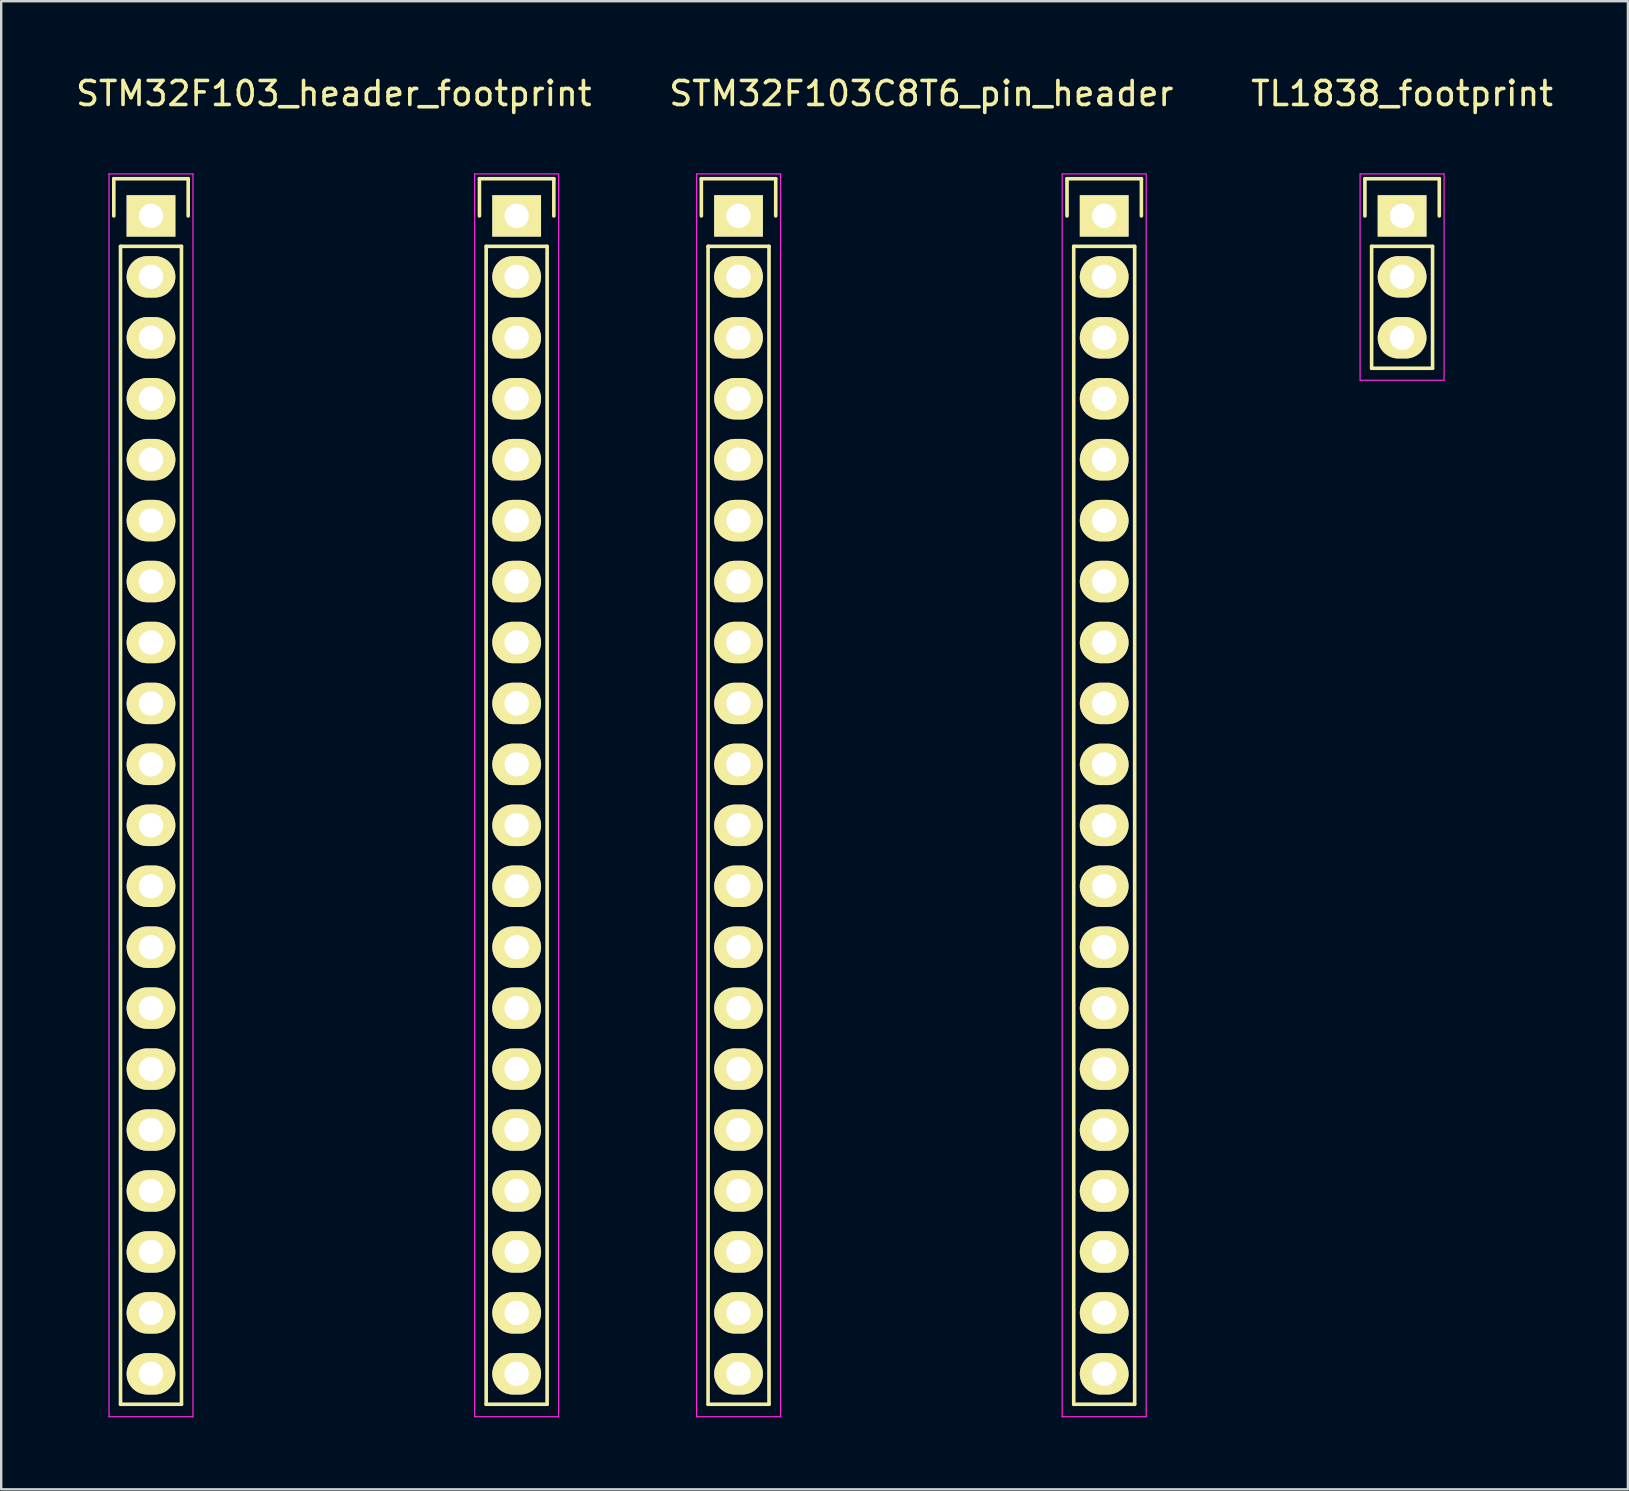
<source format=kicad_pcb>
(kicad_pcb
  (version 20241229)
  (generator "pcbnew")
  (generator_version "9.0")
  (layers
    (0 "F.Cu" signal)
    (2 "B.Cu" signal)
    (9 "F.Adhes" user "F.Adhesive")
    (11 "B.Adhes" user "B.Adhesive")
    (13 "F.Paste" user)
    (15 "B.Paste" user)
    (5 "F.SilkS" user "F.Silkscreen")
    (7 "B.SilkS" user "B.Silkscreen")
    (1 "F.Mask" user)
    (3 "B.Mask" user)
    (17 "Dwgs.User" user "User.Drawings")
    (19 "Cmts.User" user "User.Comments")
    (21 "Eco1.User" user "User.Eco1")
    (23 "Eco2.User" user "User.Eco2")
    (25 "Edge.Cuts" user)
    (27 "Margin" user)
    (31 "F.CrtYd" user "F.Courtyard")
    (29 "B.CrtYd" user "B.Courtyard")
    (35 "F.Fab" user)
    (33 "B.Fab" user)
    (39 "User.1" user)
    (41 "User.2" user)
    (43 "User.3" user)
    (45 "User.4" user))
  (footprint "STM32F103_header_footprint"
    (layer "F.Cu")
    (at 3.243 5.948)
    (property "Reference" "STM32F103_header_footprint" (at 7.62 -5.1 0) (layer "F.SilkS") (effects (font (size 1 1) (thickness 0.15))))
    (attr through_hole)
    (fp_line (start -1.55 -1.55) (end 1.55 -1.55) (stroke (width 0.15) (type solid)) (layer "F.SilkS"))
    (fp_line (start -1.55 0) (end -1.55 -1.55) (stroke (width 0.15) (type solid)) (layer "F.SilkS"))
    (fp_line (start -1.27 49.53) (end -1.27 1.27) (stroke (width 0.15) (type solid)) (layer "F.SilkS"))
    (fp_line (start 1.27 1.27) (end -1.27 1.27) (stroke (width 0.15) (type solid)) (layer "F.SilkS"))
    (fp_line (start 1.27 1.27) (end 1.27 49.53) (stroke (width 0.15) (type solid)) (layer "F.SilkS"))
    (fp_line (start 1.27 49.53) (end -1.27 49.53) (stroke (width 0.15) (type solid)) (layer "F.SilkS"))
    (fp_line (start 1.55 -1.55) (end 1.55 0) (stroke (width 0.15) (type solid)) (layer "F.SilkS"))
    (fp_line (start 13.69 -1.55) (end 16.79 -1.55) (stroke (width 0.15) (type solid)) (layer "F.SilkS"))
    (fp_line (start 13.69 0) (end 13.69 -1.55) (stroke (width 0.15) (type solid)) (layer "F.SilkS"))
    (fp_line (start 13.97 49.53) (end 13.97 1.27) (stroke (width 0.15) (type solid)) (layer "F.SilkS"))
    (fp_line (start 16.51 1.27) (end 13.97 1.27) (stroke (width 0.15) (type solid)) (layer "F.SilkS"))
    (fp_line (start 16.51 1.27) (end 16.51 49.53) (stroke (width 0.15) (type solid)) (layer "F.SilkS"))
    (fp_line (start 16.51 49.53) (end 13.97 49.53) (stroke (width 0.15) (type solid)) (layer "F.SilkS"))
    (fp_line (start 16.79 -1.55) (end 16.79 0) (stroke (width 0.15) (type solid)) (layer "F.SilkS"))
    (fp_line (start -1.75 -1.75) (end -1.75 50.05) (stroke (width 0.05) (type solid)) (layer "F.CrtYd"))
    (fp_line (start -1.75 -1.75) (end 1.75 -1.75) (stroke (width 0.05) (type solid)) (layer "F.CrtYd"))
    (fp_line (start -1.75 50.05) (end 1.75 50.05) (stroke (width 0.05) (type solid)) (layer "F.CrtYd"))
    (fp_line (start 1.75 -1.75) (end 1.75 50.05) (stroke (width 0.05) (type solid)) (layer "F.CrtYd"))
    (fp_line (start 13.49 -1.75) (end 13.49 50.05) (stroke (width 0.05) (type solid)) (layer "F.CrtYd"))
    (fp_line (start 13.49 -1.75) (end 16.99 -1.75) (stroke (width 0.05) (type solid)) (layer "F.CrtYd"))
    (fp_line (start 13.49 50.05) (end 16.99 50.05) (stroke (width 0.05) (type solid)) (layer "F.CrtYd"))
    (fp_line (start 16.99 -1.75) (end 16.99 50.05) (stroke (width 0.05) (type solid)) (layer "F.CrtYd"))
    (pad "+3.3" thru_hole oval (at 0 48.26) (size 2.032 1.727) (drill 1.016) (layers "*.Cu" "*.Mask" "F.SilkS"))
    (pad "+3.3" thru_hole oval (at 15.24 5.08) (size 2.032 1.727) (drill 1.016) (layers "*.Cu" "*.Mask" "F.SilkS"))
    (pad "1" thru_hole rect (at 0 0) (size 2.032 1.727) (drill 1.016) (layers "*.Cu" "*.Mask" "F.SilkS"))
    (pad "2" thru_hole oval (at 0 2.54) (size 2.032 1.727) (drill 1.016) (layers "*.Cu" "*.Mask" "F.SilkS"))
    (pad "3" thru_hole oval (at 0 5.08) (size 2.032 1.727) (drill 1.016) (layers "*.Cu" "*.Mask" "F.SilkS"))
    (pad "4" thru_hole oval (at 0 7.62) (size 2.032 1.727) (drill 1.016) (layers "*.Cu" "*.Mask" "F.SilkS"))
    (pad "5" thru_hole oval (at 0 10.16) (size 2.032 1.727) (drill 1.016) (layers "*.Cu" "*.Mask" "F.SilkS"))
    (pad "6" thru_hole oval (at 0 12.7) (size 2.032 1.727) (drill 1.016) (layers "*.Cu" "*.Mask" "F.SilkS"))
    (pad "7" thru_hole oval (at 0 15.24) (size 2.032 1.727) (drill 1.016) (layers "*.Cu" "*.Mask" "F.SilkS"))
    (pad "8" thru_hole oval (at 0 17.78) (size 2.032 1.727) (drill 1.016) (layers "*.Cu" "*.Mask" "F.SilkS"))
    (pad "9" thru_hole oval (at 0 20.32) (size 2.032 1.727) (drill 1.016) (layers "*.Cu" "*.Mask" "F.SilkS"))
    (pad "10" thru_hole oval (at 0 22.86) (size 2.032 1.727) (drill 1.016) (layers "*.Cu" "*.Mask" "F.SilkS"))
    (pad "11" thru_hole oval (at 0 25.4) (size 2.032 1.727) (drill 1.016) (layers "*.Cu" "*.Mask" "F.SilkS"))
    (pad "12" thru_hole oval (at 0 27.94) (size 2.032 1.727) (drill 1.016) (layers "*.Cu" "*.Mask" "F.SilkS"))
    (pad "13" thru_hole oval (at 0 30.48) (size 2.032 1.727) (drill 1.016) (layers "*.Cu" "*.Mask" "F.SilkS"))
    (pad "14" thru_hole oval (at 0 33.02) (size 2.032 1.727) (drill 1.016) (layers "*.Cu" "*.Mask" "F.SilkS"))
    (pad "15" thru_hole oval (at 0 35.56) (size 2.032 1.727) (drill 1.016) (layers "*.Cu" "*.Mask" "F.SilkS"))
    (pad "16" thru_hole oval (at 0 38.1) (size 2.032 1.727) (drill 1.016) (layers "*.Cu" "*.Mask" "F.SilkS"))
    (pad "17" thru_hole oval (at 0 40.64) (size 2.032 1.727) (drill 1.016) (layers "*.Cu" "*.Mask" "F.SilkS"))
    (pad "18" thru_hole oval (at 0 43.18) (size 2.032 1.727) (drill 1.016) (layers "*.Cu" "*.Mask" "F.SilkS"))
    (pad "24" thru_hole oval (at 15.24 7.62) (size 2.032 1.727) (drill 1.016) (layers "*.Cu" "*.Mask" "F.SilkS"))
    (pad "25" thru_hole oval (at 15.24 10.16) (size 2.032 1.727) (drill 1.016) (layers "*.Cu" "*.Mask" "F.SilkS"))
    (pad "26" thru_hole oval (at 15.24 12.7) (size 2.032 1.727) (drill 1.016) (layers "*.Cu" "*.Mask" "F.SilkS"))
    (pad "27" thru_hole oval (at 15.24 15.24) (size 2.032 1.727) (drill 1.016) (layers "*.Cu" "*.Mask" "F.SilkS"))
    (pad "28" thru_hole oval (at 15.24 17.78) (size 2.032 1.727) (drill 1.016) (layers "*.Cu" "*.Mask" "F.SilkS"))
    (pad "29" thru_hole oval (at 15.24 20.32) (size 2.032 1.727) (drill 1.016) (layers "*.Cu" "*.Mask" "F.SilkS"))
    (pad "30" thru_hole oval (at 15.24 22.86) (size 2.032 1.727) (drill 1.016) (layers "*.Cu" "*.Mask" "F.SilkS"))
    (pad "31" thru_hole oval (at 15.24 25.4) (size 2.032 1.727) (drill 1.016) (layers "*.Cu" "*.Mask" "F.SilkS"))
    (pad "32" thru_hole oval (at 15.24 27.94) (size 2.032 1.727) (drill 1.016) (layers "*.Cu" "*.Mask" "F.SilkS"))
    (pad "33" thru_hole oval (at 15.24 30.48) (size 2.032 1.727) (drill 1.016) (layers "*.Cu" "*.Mask" "F.SilkS"))
    (pad "34" thru_hole oval (at 15.24 33.02) (size 2.032 1.727) (drill 1.016) (layers "*.Cu" "*.Mask" "F.SilkS"))
    (pad "35" thru_hole oval (at 15.24 35.56) (size 2.032 1.727) (drill 1.016) (layers "*.Cu" "*.Mask" "F.SilkS"))
    (pad "36" thru_hole oval (at 15.24 38.1) (size 2.032 1.727) (drill 1.016) (layers "*.Cu" "*.Mask" "F.SilkS"))
    (pad "37" thru_hole oval (at 15.24 40.64) (size 2.032 1.727) (drill 1.016) (layers "*.Cu" "*.Mask" "F.SilkS"))
    (pad "38" thru_hole oval (at 15.24 43.18) (size 2.032 1.727) (drill 1.016) (layers "*.Cu" "*.Mask" "F.SilkS"))
    (pad "39" thru_hole oval (at 15.24 45.72) (size 2.032 1.727) (drill 1.016) (layers "*.Cu" "*.Mask" "F.SilkS"))
    (pad "40" thru_hole oval (at 15.24 48.26) (size 2.032 1.727) (drill 1.016) (layers "*.Cu" "*.Mask" "F.SilkS"))
    (pad "GND" thru_hole oval (at 0 45.72) (size 2.032 1.727) (drill 1.016) (layers "*.Cu" "*.Mask" "F.SilkS"))
    (pad "GND" thru_hole rect (at 15.24 0) (size 2.032 1.727) (drill 1.016) (layers "*.Cu" "*.Mask" "F.SilkS"))
    (pad "GND" thru_hole oval (at 15.24 2.54) (size 2.032 1.727) (drill 1.016) (layers "*.Cu" "*.Mask" "F.SilkS")))
  (footprint "STM32F103C8T6_pin_header"
    (layer "F.Cu")
    (at 27.731 5.948)
    (property "Reference" "STM32F103C8T6_pin_header" (at 7.62 -5.1 0) (layer "F.SilkS") (effects (font (size 1 1) (thickness 0.15))))
    (attr through_hole)
    (fp_line (start -1.55 -1.55) (end 1.55 -1.55) (stroke (width 0.15) (type solid)) (layer "F.SilkS"))
    (fp_line (start -1.55 0) (end -1.55 -1.55) (stroke (width 0.15) (type solid)) (layer "F.SilkS"))
    (fp_line (start -1.27 49.53) (end -1.27 1.27) (stroke (width 0.15) (type solid)) (layer "F.SilkS"))
    (fp_line (start 1.27 1.27) (end -1.27 1.27) (stroke (width 0.15) (type solid)) (layer "F.SilkS"))
    (fp_line (start 1.27 1.27) (end 1.27 49.53) (stroke (width 0.15) (type solid)) (layer "F.SilkS"))
    (fp_line (start 1.27 49.53) (end -1.27 49.53) (stroke (width 0.15) (type solid)) (layer "F.SilkS"))
    (fp_line (start 1.55 -1.55) (end 1.55 0) (stroke (width 0.15) (type solid)) (layer "F.SilkS"))
    (fp_line (start 13.69 -1.55) (end 16.79 -1.55) (stroke (width 0.15) (type solid)) (layer "F.SilkS"))
    (fp_line (start 13.69 0) (end 13.69 -1.55) (stroke (width 0.15) (type solid)) (layer "F.SilkS"))
    (fp_line (start 13.97 49.53) (end 13.97 1.27) (stroke (width 0.15) (type solid)) (layer "F.SilkS"))
    (fp_line (start 16.51 1.27) (end 13.97 1.27) (stroke (width 0.15) (type solid)) (layer "F.SilkS"))
    (fp_line (start 16.51 1.27) (end 16.51 49.53) (stroke (width 0.15) (type solid)) (layer "F.SilkS"))
    (fp_line (start 16.51 49.53) (end 13.97 49.53) (stroke (width 0.15) (type solid)) (layer "F.SilkS"))
    (fp_line (start 16.79 -1.55) (end 16.79 0) (stroke (width 0.15) (type solid)) (layer "F.SilkS"))
    (fp_line (start -1.75 -1.75) (end -1.75 50.05) (stroke (width 0.05) (type solid)) (layer "F.CrtYd"))
    (fp_line (start -1.75 -1.75) (end 1.75 -1.75) (stroke (width 0.05) (type solid)) (layer "F.CrtYd"))
    (fp_line (start -1.75 50.05) (end 1.75 50.05) (stroke (width 0.05) (type solid)) (layer "F.CrtYd"))
    (fp_line (start 1.75 -1.75) (end 1.75 50.05) (stroke (width 0.05) (type solid)) (layer "F.CrtYd"))
    (fp_line (start 13.49 -1.75) (end 13.49 50.05) (stroke (width 0.05) (type solid)) (layer "F.CrtYd"))
    (fp_line (start 13.49 -1.75) (end 16.99 -1.75) (stroke (width 0.05) (type solid)) (layer "F.CrtYd"))
    (fp_line (start 13.49 50.05) (end 16.99 50.05) (stroke (width 0.05) (type solid)) (layer "F.CrtYd"))
    (fp_line (start 16.99 -1.75) (end 16.99 50.05) (stroke (width 0.05) (type solid)) (layer "F.CrtYd"))
    (pad "3.3" thru_hole oval (at 0 48.26) (size 2.032 1.727) (drill 1.016) (layers "*.Cu" "*.Mask" "F.SilkS"))
    (pad "3.3" thru_hole oval (at 15.24 5.08) (size 2.032 1.727) (drill 1.016) (layers "*.Cu" "*.Mask" "F.SilkS"))
    (pad "5V" thru_hole oval (at 0 43.18) (size 2.032 1.727) (drill 1.016) (layers "*.Cu" "*.Mask" "F.SilkS"))
    (pad "A0" thru_hole oval (at 15.24 38.1) (size 2.032 1.727) (drill 1.016) (layers "*.Cu" "*.Mask" "F.SilkS"))
    (pad "A1" thru_hole oval (at 15.24 35.56) (size 2.032 1.727) (drill 1.016) (layers "*.Cu" "*.Mask" "F.SilkS"))
    (pad "A2" thru_hole oval (at 15.24 33.02) (size 2.032 1.727) (drill 1.016) (layers "*.Cu" "*.Mask" "F.SilkS"))
    (pad "A3" thru_hole oval (at 15.24 30.48) (size 2.032 1.727) (drill 1.016) (layers "*.Cu" "*.Mask" "F.SilkS"))
    (pad "A4" thru_hole oval (at 15.24 27.94) (size 2.032 1.727) (drill 1.016) (layers "*.Cu" "*.Mask" "F.SilkS"))
    (pad "A5" thru_hole oval (at 15.24 25.4) (size 2.032 1.727) (drill 1.016) (layers "*.Cu" "*.Mask" "F.SilkS"))
    (pad "A6" thru_hole oval (at 15.24 22.86) (size 2.032 1.727) (drill 1.016) (layers "*.Cu" "*.Mask" "F.SilkS"))
    (pad "A7" thru_hole oval (at 15.24 20.32) (size 2.032 1.727) (drill 1.016) (layers "*.Cu" "*.Mask" "F.SilkS"))
    (pad "A8" thru_hole oval (at 0 10.16) (size 2.032 1.727) (drill 1.016) (layers "*.Cu" "*.Mask" "F.SilkS"))
    (pad "A9" thru_hole oval (at 0 12.7) (size 2.032 1.727) (drill 1.016) (layers "*.Cu" "*.Mask" "F.SilkS"))
    (pad "A10" thru_hole oval (at 0 15.24) (size 2.032 1.727) (drill 1.016) (layers "*.Cu" "*.Mask" "F.SilkS"))
    (pad "A11" thru_hole oval (at 0 17.78) (size 2.032 1.727) (drill 1.016) (layers "*.Cu" "*.Mask" "F.SilkS"))
    (pad "A12" thru_hole oval (at 0 20.32) (size 2.032 1.727) (drill 1.016) (layers "*.Cu" "*.Mask" "F.SilkS"))
    (pad "A15" thru_hole oval (at 0 22.86) (size 2.032 1.727) (drill 1.016) (layers "*.Cu" "*.Mask" "F.SilkS"))
    (pad "B0" thru_hole oval (at 15.24 17.78) (size 2.032 1.727) (drill 1.016) (layers "*.Cu" "*.Mask" "F.SilkS"))
    (pad "B1" thru_hole oval (at 15.24 15.24) (size 2.032 1.727) (drill 1.016) (layers "*.Cu" "*.Mask" "F.SilkS"))
    (pad "B3" thru_hole oval (at 0 25.4) (size 2.032 1.727) (drill 1.016) (layers "*.Cu" "*.Mask" "F.SilkS"))
    (pad "B4" thru_hole oval (at 0 27.94) (size 2.032 1.727) (drill 1.016) (layers "*.Cu" "*.Mask" "F.SilkS"))
    (pad "B5" thru_hole oval (at 0 30.48) (size 2.032 1.727) (drill 1.016) (layers "*.Cu" "*.Mask" "F.SilkS"))
    (pad "B6" thru_hole oval (at 0 33.02) (size 2.032 1.727) (drill 1.016) (layers "*.Cu" "*.Mask" "F.SilkS"))
    (pad "B7" thru_hole oval (at 0 35.56) (size 2.032 1.727) (drill 1.016) (layers "*.Cu" "*.Mask" "F.SilkS"))
    (pad "B8" thru_hole oval (at 0 38.1) (size 2.032 1.727) (drill 1.016) (layers "*.Cu" "*.Mask" "F.SilkS"))
    (pad "B9" thru_hole oval (at 0 40.64) (size 2.032 1.727) (drill 1.016) (layers "*.Cu" "*.Mask" "F.SilkS"))
    (pad "B10" thru_hole oval (at 15.24 12.7) (size 2.032 1.727) (drill 1.016) (layers "*.Cu" "*.Mask" "F.SilkS"))
    (pad "B11" thru_hole oval (at 15.24 10.16) (size 2.032 1.727) (drill 1.016) (layers "*.Cu" "*.Mask" "F.SilkS"))
    (pad "B12" thru_hole rect (at 0 0) (size 2.032 1.727) (drill 1.016) (layers "*.Cu" "*.Mask" "F.SilkS"))
    (pad "B13" thru_hole oval (at 0 2.54) (size 2.032 1.727) (drill 1.016) (layers "*.Cu" "*.Mask" "F.SilkS"))
    (pad "B14" thru_hole oval (at 0 5.08) (size 2.032 1.727) (drill 1.016) (layers "*.Cu" "*.Mask" "F.SilkS"))
    (pad "B15" thru_hole oval (at 0 7.62) (size 2.032 1.727) (drill 1.016) (layers "*.Cu" "*.Mask" "F.SilkS"))
    (pad "C13" thru_hole oval (at 15.24 45.72) (size 2.032 1.727) (drill 1.016) (layers "*.Cu" "*.Mask" "F.SilkS"))
    (pad "C14" thru_hole oval (at 15.24 43.18) (size 2.032 1.727) (drill 1.016) (layers "*.Cu" "*.Mask" "F.SilkS"))
    (pad "C15" thru_hole oval (at 15.24 40.64) (size 2.032 1.727) (drill 1.016) (layers "*.Cu" "*.Mask" "F.SilkS"))
    (pad "G" thru_hole oval (at 0 45.72) (size 2.032 1.727) (drill 1.016) (layers "*.Cu" "*.Mask" "F.SilkS"))
    (pad "G" thru_hole rect (at 15.24 0) (size 2.032 1.727) (drill 1.016) (layers "*.Cu" "*.Mask" "F.SilkS"))
    (pad "G" thru_hole oval (at 15.24 2.54) (size 2.032 1.727) (drill 1.016) (layers "*.Cu" "*.Mask" "F.SilkS"))
    (pad "R" thru_hole oval (at 15.24 7.62) (size 2.032 1.727) (drill 1.016) (layers "*.Cu" "*.Mask" "F.SilkS"))
    (pad "VB" thru_hole oval (at 15.24 48.26) (size 2.032 1.727) (drill 1.016) (layers "*.Cu" "*.Mask" "F.SilkS")))
  (footprint "TL1838_footprint"
    (layer "F.Cu")
    (at 55.387 5.948)
    (property "Reference" "TL1838_footprint" (at 0 -5.1 0) (layer "F.SilkS") (effects (font (size 1 1) (thickness 0.15))))
    (attr through_hole)
    (fp_line (start -1.55 -1.55) (end 1.55 -1.55) (stroke (width 0.15) (type solid)) (layer "F.SilkS"))
    (fp_line (start -1.55 0) (end -1.55 -1.55) (stroke (width 0.15) (type solid)) (layer "F.SilkS"))
    (fp_line (start -1.27 1.27) (end -1.27 6.35) (stroke (width 0.15) (type solid)) (layer "F.SilkS"))
    (fp_line (start -1.27 6.35) (end 1.27 6.35) (stroke (width 0.15) (type solid)) (layer "F.SilkS"))
    (fp_line (start 1.27 1.27) (end -1.27 1.27) (stroke (width 0.15) (type solid)) (layer "F.SilkS"))
    (fp_line (start 1.27 6.35) (end 1.27 1.27) (stroke (width 0.15) (type solid)) (layer "F.SilkS"))
    (fp_line (start 1.55 -1.55) (end 1.55 0) (stroke (width 0.15) (type solid)) (layer "F.SilkS"))
    (fp_line (start -1.75 -1.75) (end -1.75 6.85) (stroke (width 0.05) (type solid)) (layer "F.CrtYd"))
    (fp_line (start -1.75 -1.75) (end 1.75 -1.75) (stroke (width 0.05) (type solid)) (layer "F.CrtYd"))
    (fp_line (start -1.75 6.85) (end 1.75 6.85) (stroke (width 0.05) (type solid)) (layer "F.CrtYd"))
    (fp_line (start 1.75 -1.75) (end 1.75 6.85) (stroke (width 0.05) (type solid)) (layer "F.CrtYd"))
    (pad "1" thru_hole rect (at 0 0) (size 2.032 1.727) (drill 1.016) (layers "*.Cu" "*.Mask" "F.SilkS"))
    (pad "2" thru_hole oval (at 0 2.54) (size 2.032 1.727) (drill 1.016) (layers "*.Cu" "*.Mask" "F.SilkS"))
    (pad "3" thru_hole oval (at 0 5.08) (size 2.032 1.727) (drill 1.016) (layers "*.Cu" "*.Mask" "F.SilkS")))
  (gr_rect
    (start -3 -3)
    (end 64.798 59.023)
    (stroke (width 0.1) (type default))
    (fill no)
    (layer "Edge.Cuts")))
</source>
